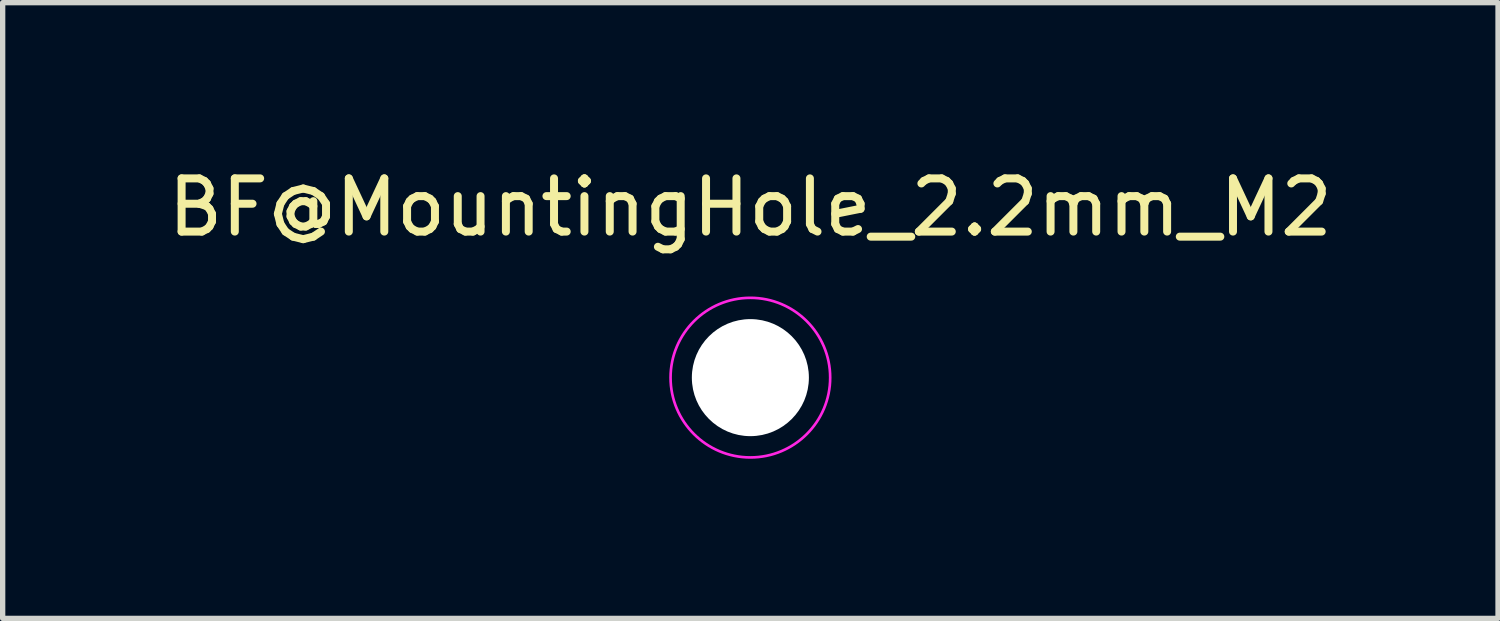
<source format=kicad_pcb>
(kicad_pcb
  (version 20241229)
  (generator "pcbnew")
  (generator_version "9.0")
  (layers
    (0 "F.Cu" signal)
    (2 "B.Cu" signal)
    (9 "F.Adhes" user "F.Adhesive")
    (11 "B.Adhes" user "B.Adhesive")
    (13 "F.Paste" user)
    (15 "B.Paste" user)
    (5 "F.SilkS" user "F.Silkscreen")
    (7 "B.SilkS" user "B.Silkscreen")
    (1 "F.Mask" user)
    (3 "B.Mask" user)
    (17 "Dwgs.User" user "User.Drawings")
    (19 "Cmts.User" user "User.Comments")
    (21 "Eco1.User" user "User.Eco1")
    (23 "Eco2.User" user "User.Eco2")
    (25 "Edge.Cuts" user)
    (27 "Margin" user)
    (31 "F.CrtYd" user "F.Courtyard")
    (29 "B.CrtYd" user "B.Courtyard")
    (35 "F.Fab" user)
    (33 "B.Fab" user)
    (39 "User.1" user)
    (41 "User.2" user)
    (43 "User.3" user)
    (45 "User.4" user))
  (footprint "BF@MountingHole_2.2mm_M2"
    (layer "F.Cu")
    (at 11.054 4.048)
    (property "Reference" "BF@MountingHole_2.2mm_M2" (at 0 -3.2 0) (layer "F.SilkS") (effects (font (size 1 1) (thickness 0.15))))
    (attr exclude_from_pos_files exclude_from_bom)
    (fp_circle (center 0 0) (end 1.5 0) (stroke (width 0.05) (type solid)) (fill no) (layer "F.CrtYd"))
    (pad "" np_thru_hole circle (at 0 0) (size 2.2 2.2) (drill 2.2) (layers "*.Cu" "*.Mask")))
  (gr_rect
    (start -3 -3)
    (end 25.107 8.573)
    (stroke (width 0.1) (type default))
    (fill no)
    (layer "Edge.Cuts")))
</source>
